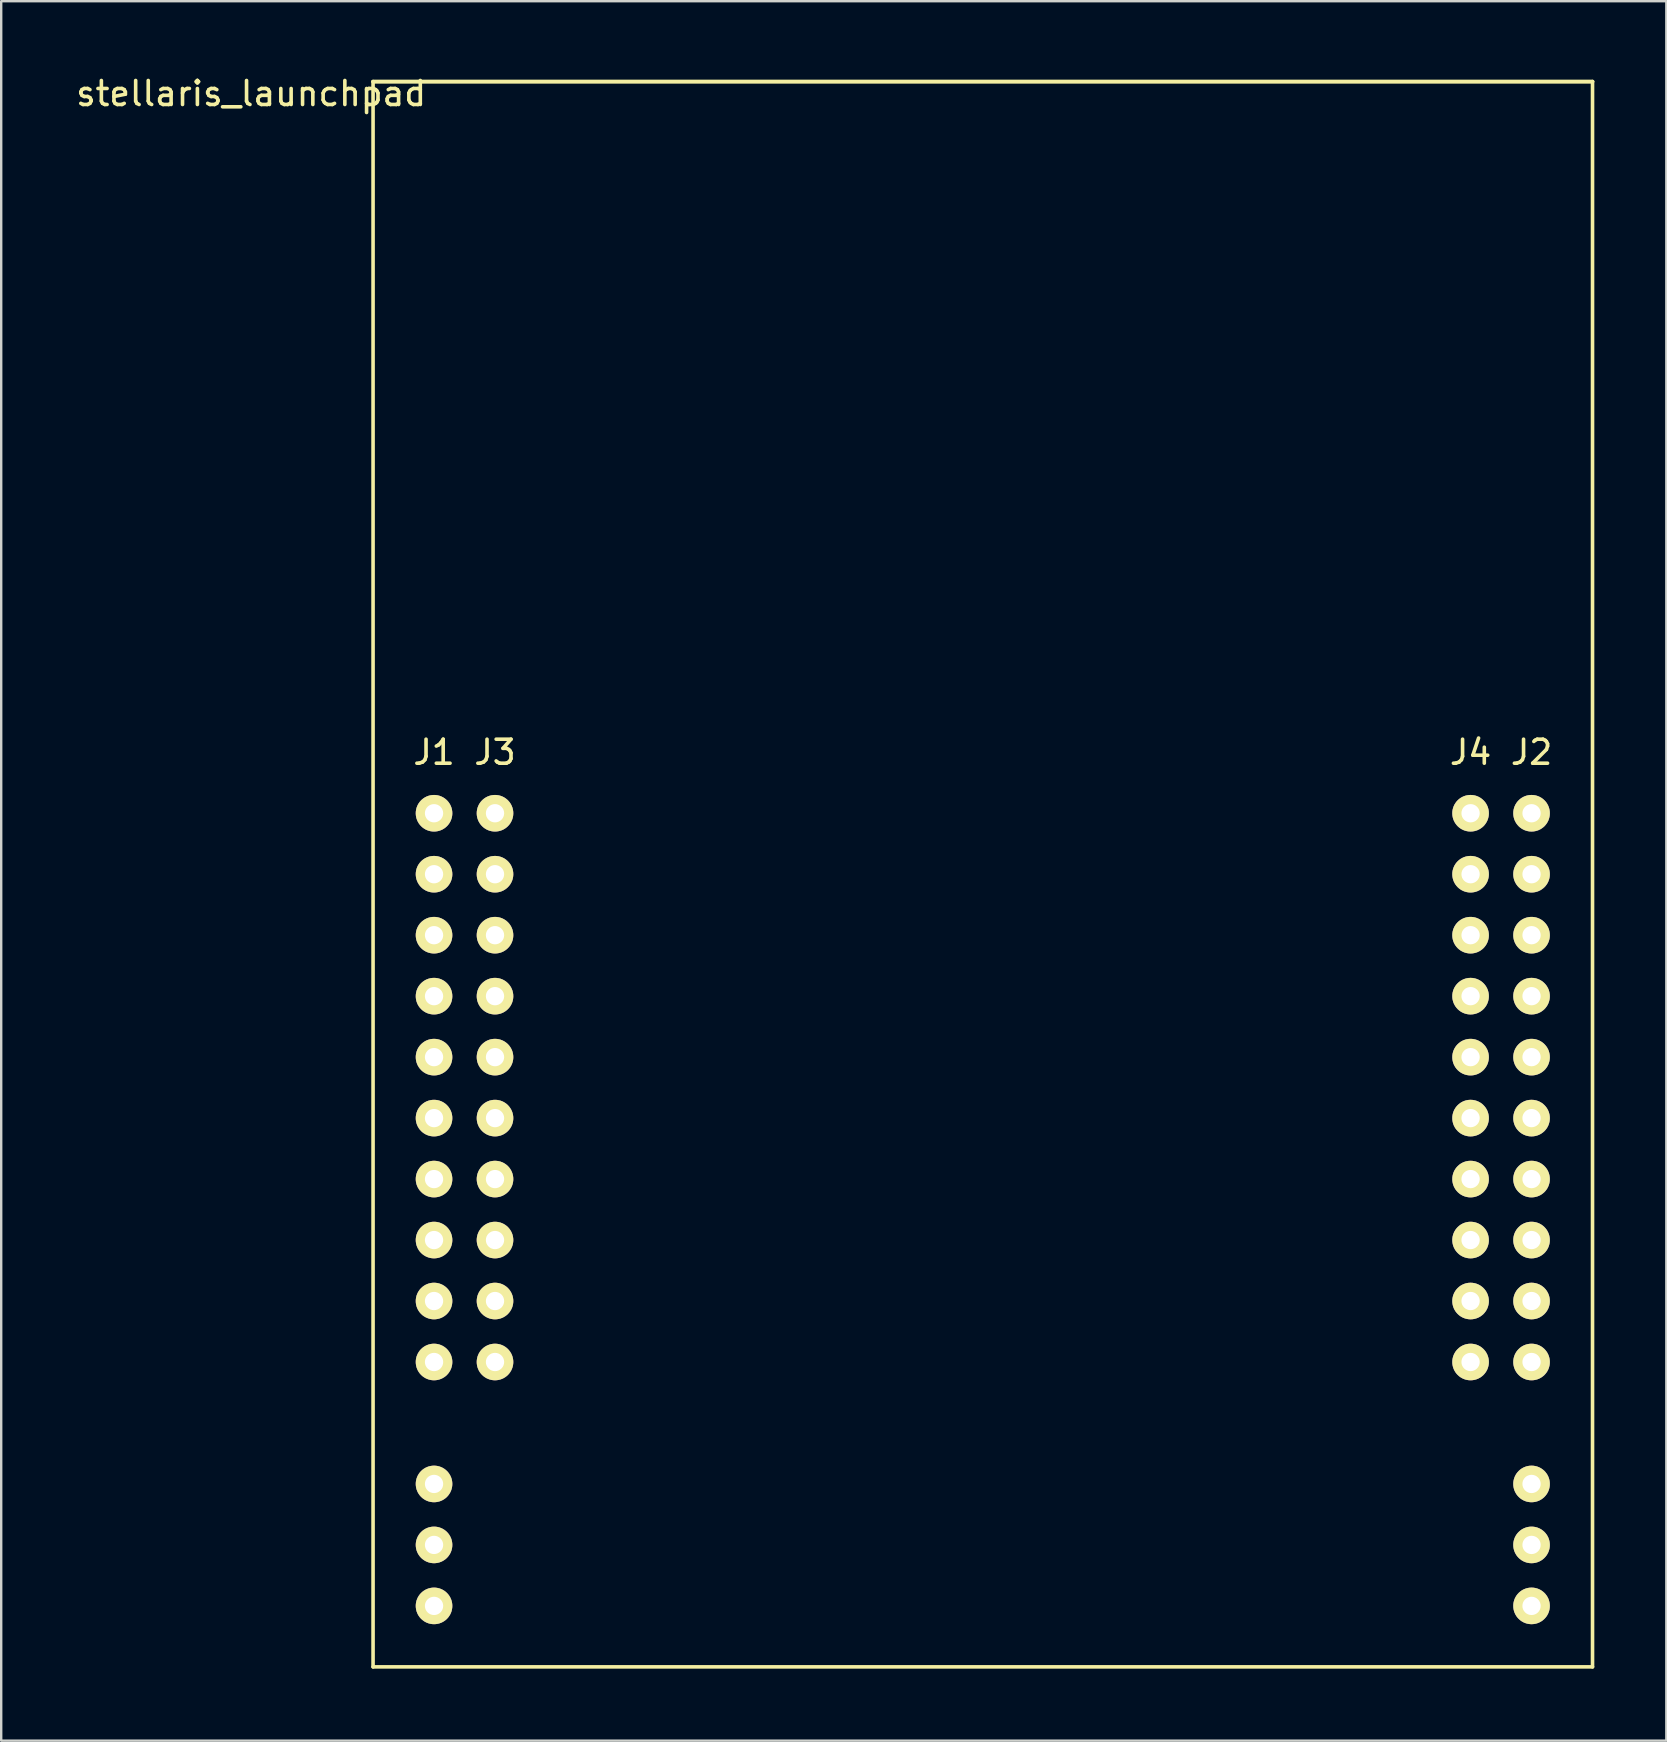
<source format=kicad_pcb>
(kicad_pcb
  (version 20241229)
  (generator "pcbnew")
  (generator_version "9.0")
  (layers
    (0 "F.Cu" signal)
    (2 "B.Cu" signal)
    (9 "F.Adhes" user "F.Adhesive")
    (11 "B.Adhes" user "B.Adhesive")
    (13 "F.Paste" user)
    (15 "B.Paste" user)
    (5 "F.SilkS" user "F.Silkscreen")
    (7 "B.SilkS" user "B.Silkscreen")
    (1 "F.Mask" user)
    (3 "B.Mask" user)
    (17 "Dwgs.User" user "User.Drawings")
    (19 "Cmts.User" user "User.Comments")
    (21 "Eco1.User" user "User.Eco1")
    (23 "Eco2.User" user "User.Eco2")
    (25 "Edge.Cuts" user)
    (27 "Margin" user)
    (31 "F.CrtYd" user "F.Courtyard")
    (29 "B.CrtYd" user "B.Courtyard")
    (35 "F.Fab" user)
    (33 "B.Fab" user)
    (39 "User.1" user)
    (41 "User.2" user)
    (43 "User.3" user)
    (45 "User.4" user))
  (footprint "stellaris_launchpad"
    (layer "F.Cu")
    (at 12.491 0.348)
    (property "Reference" "stellaris_launchpad" (at -5.08 0.5 0) (layer "F.SilkS") (effects (font (size 1 1) (thickness 0.15))))
    (attr through_hole)
    (fp_line (start 0 0) (end 50.8 0) (stroke (width 0.15) (type solid)) (layer "F.SilkS"))
    (fp_line (start 0 0) (end 50.8 0) (stroke (width 0.15) (type solid)) (layer "F.SilkS"))
    (fp_line (start 0 66.04) (end 0 0) (stroke (width 0.15) (type solid)) (layer "F.SilkS"))
    (fp_line (start 50.8 0) (end 50.8 66.04) (stroke (width 0.15) (type solid)) (layer "F.SilkS"))
    (fp_line (start 50.8 66.04) (end 0 66.04) (stroke (width 0.15) (type solid)) (layer "F.SilkS"))
    (fp_text user "J1" (at 2.54 27.94 0) (layer "F.SilkS") (effects (font (size 1 1) (thickness 0.15))))
    (fp_text user "J4" (at 45.72 27.94 0) (layer "F.SilkS") (effects (font (size 1 1) (thickness 0.15))))
    (fp_text user "J3" (at 5.08 27.94 0) (layer "F.SilkS") (effects (font (size 1 1) (thickness 0.15))))
    (fp_text user "J2" (at 48.26 27.94 0) (layer "F.SilkS") (effects (font (size 1 1) (thickness 0.15))))
    (pad "1_1" thru_hole circle (at 2.54 30.48) (size 1.524 1.524) (drill 0.762) (layers "*.Cu" "*.Mask" "F.SilkS"))
    (pad "1_2" thru_hole circle (at 2.54 33.02) (size 1.524 1.524) (drill 0.762) (layers "*.Cu" "*.Mask" "F.SilkS"))
    (pad "1_3" thru_hole circle (at 2.54 35.56) (size 1.524 1.524) (drill 0.762) (layers "*.Cu" "*.Mask" "F.SilkS"))
    (pad "1_4" thru_hole circle (at 2.54 38.1) (size 1.524 1.524) (drill 0.762) (layers "*.Cu" "*.Mask" "F.SilkS"))
    (pad "1_5" thru_hole circle (at 2.54 40.64) (size 1.524 1.524) (drill 0.762) (layers "*.Cu" "*.Mask" "F.SilkS"))
    (pad "1_6" thru_hole circle (at 2.54 43.18) (size 1.524 1.524) (drill 0.762) (layers "*.Cu" "*.Mask" "F.SilkS"))
    (pad "1_7" thru_hole circle (at 2.54 45.72) (size 1.524 1.524) (drill 0.762) (layers "*.Cu" "*.Mask" "F.SilkS"))
    (pad "1_8" thru_hole circle (at 2.54 48.26) (size 1.524 1.524) (drill 0.762) (layers "*.Cu" "*.Mask" "F.SilkS"))
    (pad "1_9" thru_hole circle (at 2.54 50.8) (size 1.524 1.524) (drill 0.762) (layers "*.Cu" "*.Mask" "F.SilkS"))
    (pad "1_10" thru_hole circle (at 2.54 53.34) (size 1.524 1.524) (drill 0.762) (layers "*.Cu" "*.Mask" "F.SilkS"))
    (pad "2_1" thru_hole circle (at 48.26 30.48) (size 1.524 1.524) (drill 0.762) (layers "*.Cu" "*.Mask" "F.SilkS"))
    (pad "2_2" thru_hole circle (at 48.26 33.02) (size 1.524 1.524) (drill 0.762) (layers "*.Cu" "*.Mask" "F.SilkS"))
    (pad "2_3" thru_hole circle (at 48.26 35.56) (size 1.524 1.524) (drill 0.762) (layers "*.Cu" "*.Mask" "F.SilkS"))
    (pad "2_4" thru_hole circle (at 48.26 38.1) (size 1.524 1.524) (drill 0.762) (layers "*.Cu" "*.Mask" "F.SilkS"))
    (pad "2_5" thru_hole circle (at 48.26 40.64) (size 1.524 1.524) (drill 0.762) (layers "*.Cu" "*.Mask" "F.SilkS"))
    (pad "2_6" thru_hole circle (at 48.26 43.18) (size 1.524 1.524) (drill 0.762) (layers "*.Cu" "*.Mask" "F.SilkS"))
    (pad "2_7" thru_hole circle (at 48.26 45.72) (size 1.524 1.524) (drill 0.762) (layers "*.Cu" "*.Mask" "F.SilkS"))
    (pad "2_8" thru_hole circle (at 48.26 48.26) (size 1.524 1.524) (drill 0.762) (layers "*.Cu" "*.Mask" "F.SilkS"))
    (pad "2_9" thru_hole circle (at 48.26 50.8) (size 1.524 1.524) (drill 0.762) (layers "*.Cu" "*.Mask" "F.SilkS"))
    (pad "2_10" thru_hole circle (at 48.26 53.34) (size 1.524 1.524) (drill 0.762) (layers "*.Cu" "*.Mask" "F.SilkS"))
    (pad "3_1" thru_hole circle (at 5.08 30.48) (size 1.524 1.524) (drill 0.762) (layers "*.Cu" "*.Mask" "F.SilkS"))
    (pad "3_2" thru_hole circle (at 5.08 33.02) (size 1.524 1.524) (drill 0.762) (layers "*.Cu" "*.Mask" "F.SilkS"))
    (pad "3_3" thru_hole circle (at 5.08 35.56) (size 1.524 1.524) (drill 0.762) (layers "*.Cu" "*.Mask" "F.SilkS"))
    (pad "3_4" thru_hole circle (at 5.08 38.1) (size 1.524 1.524) (drill 0.762) (layers "*.Cu" "*.Mask" "F.SilkS"))
    (pad "3_5" thru_hole circle (at 5.08 40.64) (size 1.524 1.524) (drill 0.762) (layers "*.Cu" "*.Mask" "F.SilkS"))
    (pad "3_6" thru_hole circle (at 5.08 43.18) (size 1.524 1.524) (drill 0.762) (layers "*.Cu" "*.Mask" "F.SilkS"))
    (pad "3_7" thru_hole circle (at 5.08 45.72) (size 1.524 1.524) (drill 0.762) (layers "*.Cu" "*.Mask" "F.SilkS"))
    (pad "3_8" thru_hole circle (at 5.08 48.26) (size 1.524 1.524) (drill 0.762) (layers "*.Cu" "*.Mask" "F.SilkS"))
    (pad "3_9" thru_hole circle (at 5.08 50.8) (size 1.524 1.524) (drill 0.762) (layers "*.Cu" "*.Mask" "F.SilkS"))
    (pad "3_10" thru_hole circle (at 5.08 53.34) (size 1.524 1.524) (drill 0.762) (layers "*.Cu" "*.Mask" "F.SilkS"))
    (pad "4_1" thru_hole circle (at 45.72 30.48) (size 1.524 1.524) (drill 0.762) (layers "*.Cu" "*.Mask" "F.SilkS"))
    (pad "4_2" thru_hole circle (at 45.72 33.02) (size 1.524 1.524) (drill 0.762) (layers "*.Cu" "*.Mask" "F.SilkS"))
    (pad "4_3" thru_hole circle (at 45.72 35.56) (size 1.524 1.524) (drill 0.762) (layers "*.Cu" "*.Mask" "F.SilkS"))
    (pad "4_4" thru_hole circle (at 45.72 38.1) (size 1.524 1.524) (drill 0.762) (layers "*.Cu" "*.Mask" "F.SilkS"))
    (pad "4_5" thru_hole circle (at 45.72 40.64) (size 1.524 1.524) (drill 0.762) (layers "*.Cu" "*.Mask" "F.SilkS"))
    (pad "4_6" thru_hole circle (at 45.72 43.18) (size 1.524 1.524) (drill 0.762) (layers "*.Cu" "*.Mask" "F.SilkS"))
    (pad "4_7" thru_hole circle (at 45.72 45.72) (size 1.524 1.524) (drill 0.762) (layers "*.Cu" "*.Mask" "F.SilkS"))
    (pad "4_8" thru_hole circle (at 45.72 48.26) (size 1.524 1.524) (drill 0.762) (layers "*.Cu" "*.Mask" "F.SilkS"))
    (pad "4_9" thru_hole circle (at 45.72 50.8) (size 1.524 1.524) (drill 0.762) (layers "*.Cu" "*.Mask" "F.SilkS"))
    (pad "4_10" thru_hole circle (at 45.72 53.34) (size 1.524 1.524) (drill 0.762) (layers "*.Cu" "*.Mask" "F.SilkS"))
    (pad "E_1" thru_hole circle (at 2.54 58.42) (size 1.524 1.524) (drill 0.762) (layers "*.Cu" "*.Mask" "F.SilkS"))
    (pad "E_2" thru_hole circle (at 2.54 60.96) (size 1.524 1.524) (drill 0.762) (layers "*.Cu" "*.Mask" "F.SilkS"))
    (pad "E_3" thru_hole circle (at 2.54 63.5) (size 1.524 1.524) (drill 0.762) (layers "*.Cu" "*.Mask" "F.SilkS"))
    (pad "E_4" thru_hole circle (at 48.26 58.42) (size 1.524 1.524) (drill 0.762) (layers "*.Cu" "*.Mask" "F.SilkS"))
    (pad "E_5" thru_hole circle (at 48.26 60.96) (size 1.524 1.524) (drill 0.762) (layers "*.Cu" "*.Mask" "F.SilkS"))
    (pad "E_6" thru_hole circle (at 48.26 63.5) (size 1.524 1.524) (drill 0.762) (layers "*.Cu" "*.Mask" "F.SilkS")))
  (gr_rect
    (start -3 -3)
    (end 66.366 69.463)
    (stroke (width 0.1) (type default))
    (fill no)
    (layer "Edge.Cuts")))
</source>
